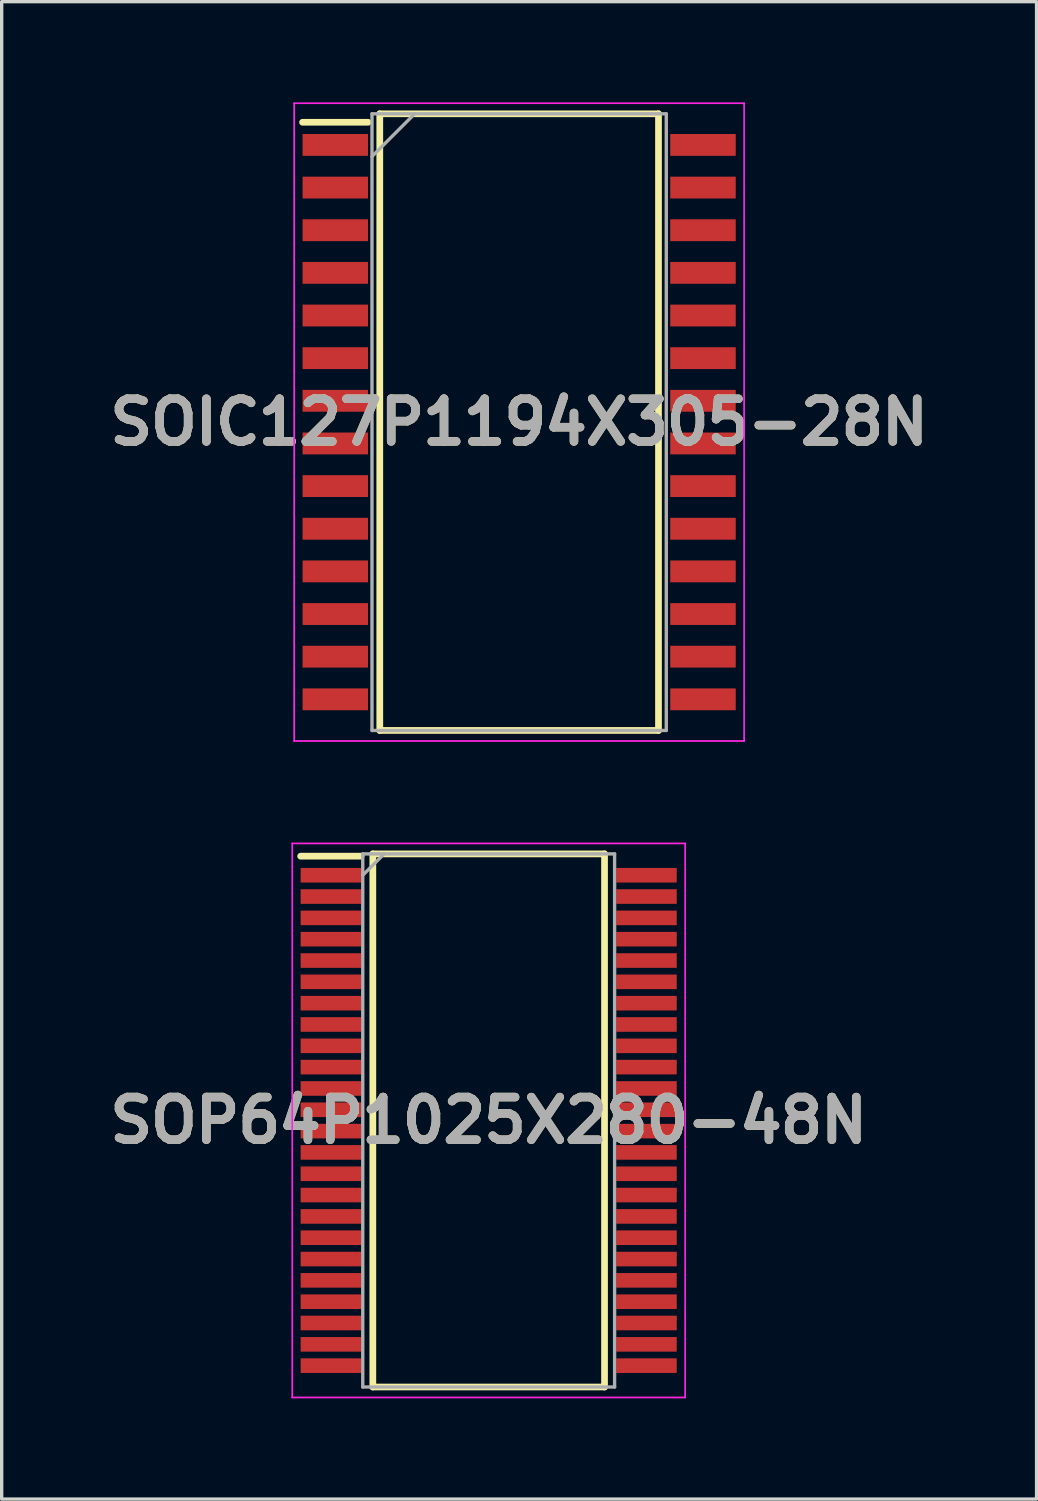
<source format=kicad_pcb>
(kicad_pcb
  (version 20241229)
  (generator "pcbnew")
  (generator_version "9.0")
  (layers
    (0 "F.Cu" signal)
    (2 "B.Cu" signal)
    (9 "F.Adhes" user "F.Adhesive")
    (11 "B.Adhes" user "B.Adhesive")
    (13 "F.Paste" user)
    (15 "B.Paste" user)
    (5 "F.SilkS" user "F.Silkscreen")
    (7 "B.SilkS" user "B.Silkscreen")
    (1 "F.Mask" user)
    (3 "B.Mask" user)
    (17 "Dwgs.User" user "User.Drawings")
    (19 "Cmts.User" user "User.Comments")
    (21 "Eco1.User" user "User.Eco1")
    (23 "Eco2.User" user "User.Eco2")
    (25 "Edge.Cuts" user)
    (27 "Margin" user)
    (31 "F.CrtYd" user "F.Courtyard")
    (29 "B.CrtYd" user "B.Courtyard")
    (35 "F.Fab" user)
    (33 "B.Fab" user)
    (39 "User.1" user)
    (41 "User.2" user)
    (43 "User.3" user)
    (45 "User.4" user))
  (footprint "SOIC127P1194X305-28N"
    (layer "F.Cu")
    (at 12.41 9.521)
    (property "Reference" "SOIC127P1194X305-28N" (at 0 0 0) (layer "F.SilkS") (effects (font (size 1.27 1.27) (thickness 0.254))))
    (attr smd)
    (fp_line (start -6.45 -8.93) (end -4.5 -8.93) (stroke (width 0.2) (type solid)) (layer "F.SilkS"))
    (fp_line (start -4.15 -9.182) (end 4.15 -9.182) (stroke (width 0.2) (type solid)) (layer "F.SilkS"))
    (fp_line (start -4.15 9.182) (end -4.15 -9.182) (stroke (width 0.2) (type solid)) (layer "F.SilkS"))
    (fp_line (start 4.15 -9.182) (end 4.15 9.182) (stroke (width 0.2) (type solid)) (layer "F.SilkS"))
    (fp_line (start 4.15 9.182) (end -4.15 9.182) (stroke (width 0.2) (type solid)) (layer "F.SilkS"))
    (fp_line (start -6.7 -9.496) (end 6.7 -9.496) (stroke (width 0.05) (type solid)) (layer "F.CrtYd"))
    (fp_line (start -6.7 9.496) (end -6.7 -9.496) (stroke (width 0.05) (type solid)) (layer "F.CrtYd"))
    (fp_line (start 6.7 -9.496) (end 6.7 9.496) (stroke (width 0.05) (type solid)) (layer "F.CrtYd"))
    (fp_line (start 6.7 9.496) (end -6.7 9.496) (stroke (width 0.05) (type solid)) (layer "F.CrtYd"))
    (fp_line (start -4.382 -9.182) (end 4.382 -9.182) (stroke (width 0.1) (type solid)) (layer "F.Fab"))
    (fp_line (start -4.382 -7.912) (end -3.112 -9.182) (stroke (width 0.1) (type solid)) (layer "F.Fab"))
    (fp_line (start -4.382 9.182) (end -4.382 -9.182) (stroke (width 0.1) (type solid)) (layer "F.Fab"))
    (fp_line (start 4.382 -9.182) (end 4.382 9.182) (stroke (width 0.1) (type solid)) (layer "F.Fab"))
    (fp_line (start 4.382 9.182) (end -4.382 9.182) (stroke (width 0.1) (type solid)) (layer "F.Fab"))
    (fp_text user "${REFERENCE}" (at 0 0 0) (layer "F.Fab") (effects (font (size 1.27 1.27) (thickness 0.254))))
    (pad "1" smd rect (at -5.475 -8.255 90) (size 0.65 1.95) (layers "F.Cu" "F.Mask" "F.Paste"))
    (pad "2" smd rect (at -5.475 -6.985 90) (size 0.65 1.95) (layers "F.Cu" "F.Mask" "F.Paste"))
    (pad "3" smd rect (at -5.475 -5.715 90) (size 0.65 1.95) (layers "F.Cu" "F.Mask" "F.Paste"))
    (pad "4" smd rect (at -5.475 -4.445 90) (size 0.65 1.95) (layers "F.Cu" "F.Mask" "F.Paste"))
    (pad "5" smd rect (at -5.475 -3.175 90) (size 0.65 1.95) (layers "F.Cu" "F.Mask" "F.Paste"))
    (pad "6" smd rect (at -5.475 -1.905 90) (size 0.65 1.95) (layers "F.Cu" "F.Mask" "F.Paste"))
    (pad "7" smd rect (at -5.475 -0.635 90) (size 0.65 1.95) (layers "F.Cu" "F.Mask" "F.Paste"))
    (pad "8" smd rect (at -5.475 0.635 90) (size 0.65 1.95) (layers "F.Cu" "F.Mask" "F.Paste"))
    (pad "9" smd rect (at -5.475 1.905 90) (size 0.65 1.95) (layers "F.Cu" "F.Mask" "F.Paste"))
    (pad "10" smd rect (at -5.475 3.175 90) (size 0.65 1.95) (layers "F.Cu" "F.Mask" "F.Paste"))
    (pad "11" smd rect (at -5.475 4.445 90) (size 0.65 1.95) (layers "F.Cu" "F.Mask" "F.Paste"))
    (pad "12" smd rect (at -5.475 5.715 90) (size 0.65 1.95) (layers "F.Cu" "F.Mask" "F.Paste"))
    (pad "13" smd rect (at -5.475 6.985 90) (size 0.65 1.95) (layers "F.Cu" "F.Mask" "F.Paste"))
    (pad "14" smd rect (at -5.475 8.255 90) (size 0.65 1.95) (layers "F.Cu" "F.Mask" "F.Paste"))
    (pad "15" smd rect (at 5.475 8.255 90) (size 0.65 1.95) (layers "F.Cu" "F.Mask" "F.Paste"))
    (pad "16" smd rect (at 5.475 6.985 90) (size 0.65 1.95) (layers "F.Cu" "F.Mask" "F.Paste"))
    (pad "17" smd rect (at 5.475 5.715 90) (size 0.65 1.95) (layers "F.Cu" "F.Mask" "F.Paste"))
    (pad "18" smd rect (at 5.475 4.445 90) (size 0.65 1.95) (layers "F.Cu" "F.Mask" "F.Paste"))
    (pad "19" smd rect (at 5.475 3.175 90) (size 0.65 1.95) (layers "F.Cu" "F.Mask" "F.Paste"))
    (pad "20" smd rect (at 5.475 1.905 90) (size 0.65 1.95) (layers "F.Cu" "F.Mask" "F.Paste"))
    (pad "21" smd rect (at 5.475 0.635 90) (size 0.65 1.95) (layers "F.Cu" "F.Mask" "F.Paste"))
    (pad "22" smd rect (at 5.475 -0.635 90) (size 0.65 1.95) (layers "F.Cu" "F.Mask" "F.Paste"))
    (pad "23" smd rect (at 5.475 -1.905 90) (size 0.65 1.95) (layers "F.Cu" "F.Mask" "F.Paste"))
    (pad "24" smd rect (at 5.475 -3.175 90) (size 0.65 1.95) (layers "F.Cu" "F.Mask" "F.Paste"))
    (pad "25" smd rect (at 5.475 -4.445 90) (size 0.65 1.95) (layers "F.Cu" "F.Mask" "F.Paste"))
    (pad "26" smd rect (at 5.475 -5.715 90) (size 0.65 1.95) (layers "F.Cu" "F.Mask" "F.Paste"))
    (pad "27" smd rect (at 5.475 -6.985 90) (size 0.65 1.95) (layers "F.Cu" "F.Mask" "F.Paste"))
    (pad "28" smd rect (at 5.475 -8.255 90) (size 0.65 1.95) (layers "F.Cu" "F.Mask" "F.Paste")))
  (footprint "SOP64P1025X280-48N"
    (layer "F.Cu")
    (at 11.503 30.317)
    (property "Reference" "SOP64P1025X280-48N" (at 0 0 0) (layer "F.SilkS") (effects (font (size 1.27 1.27) (thickness 0.254))))
    (attr smd)
    (fp_line (start -5.6 -7.87) (end -3.8 -7.87) (stroke (width 0.2) (type solid)) (layer "F.SilkS"))
    (fp_line (start -3.45 -7.938) (end 3.45 -7.938) (stroke (width 0.2) (type solid)) (layer "F.SilkS"))
    (fp_line (start -3.45 7.938) (end -3.45 -7.938) (stroke (width 0.2) (type solid)) (layer "F.SilkS"))
    (fp_line (start 3.45 -7.938) (end 3.45 7.938) (stroke (width 0.2) (type solid)) (layer "F.SilkS"))
    (fp_line (start 3.45 7.938) (end -3.45 7.938) (stroke (width 0.2) (type solid)) (layer "F.SilkS"))
    (fp_line (start -5.85 -8.25) (end 5.85 -8.25) (stroke (width 0.05) (type solid)) (layer "F.CrtYd"))
    (fp_line (start -5.85 8.25) (end -5.85 -8.25) (stroke (width 0.05) (type solid)) (layer "F.CrtYd"))
    (fp_line (start 5.85 -8.25) (end 5.85 8.25) (stroke (width 0.05) (type solid)) (layer "F.CrtYd"))
    (fp_line (start 5.85 8.25) (end -5.85 8.25) (stroke (width 0.05) (type solid)) (layer "F.CrtYd"))
    (fp_line (start -3.75 -7.938) (end 3.75 -7.938) (stroke (width 0.1) (type solid)) (layer "F.Fab"))
    (fp_line (start -3.75 -7.302) (end -3.115 -7.938) (stroke (width 0.1) (type solid)) (layer "F.Fab"))
    (fp_line (start -3.75 7.938) (end -3.75 -7.938) (stroke (width 0.1) (type solid)) (layer "F.Fab"))
    (fp_line (start 3.75 -7.938) (end 3.75 7.938) (stroke (width 0.1) (type solid)) (layer "F.Fab"))
    (fp_line (start 3.75 7.938) (end -3.75 7.938) (stroke (width 0.1) (type solid)) (layer "F.Fab"))
    (fp_text user "${REFERENCE}" (at 0 0 0) (layer "F.Fab") (effects (font (size 1.27 1.27) (thickness 0.254))))
    (pad "1" smd rect (at -4.7 -7.302 90) (size 0.435 1.8) (layers "F.Cu" "F.Mask" "F.Paste"))
    (pad "2" smd rect (at -4.7 -6.668 90) (size 0.435 1.8) (layers "F.Cu" "F.Mask" "F.Paste"))
    (pad "3" smd rect (at -4.7 -6.032 90) (size 0.435 1.8) (layers "F.Cu" "F.Mask" "F.Paste"))
    (pad "4" smd rect (at -4.7 -5.398 90) (size 0.435 1.8) (layers "F.Cu" "F.Mask" "F.Paste"))
    (pad "5" smd rect (at -4.7 -4.762 90) (size 0.435 1.8) (layers "F.Cu" "F.Mask" "F.Paste"))
    (pad "6" smd rect (at -4.7 -4.128 90) (size 0.435 1.8) (layers "F.Cu" "F.Mask" "F.Paste"))
    (pad "7" smd rect (at -4.7 -3.492 90) (size 0.435 1.8) (layers "F.Cu" "F.Mask" "F.Paste"))
    (pad "8" smd rect (at -4.7 -2.858 90) (size 0.435 1.8) (layers "F.Cu" "F.Mask" "F.Paste"))
    (pad "9" smd rect (at -4.7 -2.222 90) (size 0.435 1.8) (layers "F.Cu" "F.Mask" "F.Paste"))
    (pad "10" smd rect (at -4.7 -1.588 90) (size 0.435 1.8) (layers "F.Cu" "F.Mask" "F.Paste"))
    (pad "11" smd rect (at -4.7 -0.952 90) (size 0.435 1.8) (layers "F.Cu" "F.Mask" "F.Paste"))
    (pad "12" smd rect (at -4.7 -0.318 90) (size 0.435 1.8) (layers "F.Cu" "F.Mask" "F.Paste"))
    (pad "13" smd rect (at -4.7 0.318 90) (size 0.435 1.8) (layers "F.Cu" "F.Mask" "F.Paste"))
    (pad "14" smd rect (at -4.7 0.952 90) (size 0.435 1.8) (layers "F.Cu" "F.Mask" "F.Paste"))
    (pad "15" smd rect (at -4.7 1.588 90) (size 0.435 1.8) (layers "F.Cu" "F.Mask" "F.Paste"))
    (pad "16" smd rect (at -4.7 2.222 90) (size 0.435 1.8) (layers "F.Cu" "F.Mask" "F.Paste"))
    (pad "17" smd rect (at -4.7 2.858 90) (size 0.435 1.8) (layers "F.Cu" "F.Mask" "F.Paste"))
    (pad "18" smd rect (at -4.7 3.492 90) (size 0.435 1.8) (layers "F.Cu" "F.Mask" "F.Paste"))
    (pad "19" smd rect (at -4.7 4.128 90) (size 0.435 1.8) (layers "F.Cu" "F.Mask" "F.Paste"))
    (pad "20" smd rect (at -4.7 4.762 90) (size 0.435 1.8) (layers "F.Cu" "F.Mask" "F.Paste"))
    (pad "21" smd rect (at -4.7 5.398 90) (size 0.435 1.8) (layers "F.Cu" "F.Mask" "F.Paste"))
    (pad "22" smd rect (at -4.7 6.032 90) (size 0.435 1.8) (layers "F.Cu" "F.Mask" "F.Paste"))
    (pad "23" smd rect (at -4.7 6.668 90) (size 0.435 1.8) (layers "F.Cu" "F.Mask" "F.Paste"))
    (pad "24" smd rect (at -4.7 7.302 90) (size 0.435 1.8) (layers "F.Cu" "F.Mask" "F.Paste"))
    (pad "25" smd rect (at 4.7 7.302 90) (size 0.435 1.8) (layers "F.Cu" "F.Mask" "F.Paste"))
    (pad "26" smd rect (at 4.7 6.668 90) (size 0.435 1.8) (layers "F.Cu" "F.Mask" "F.Paste"))
    (pad "27" smd rect (at 4.7 6.032 90) (size 0.435 1.8) (layers "F.Cu" "F.Mask" "F.Paste"))
    (pad "28" smd rect (at 4.7 5.398 90) (size 0.435 1.8) (layers "F.Cu" "F.Mask" "F.Paste"))
    (pad "29" smd rect (at 4.7 4.762 90) (size 0.435 1.8) (layers "F.Cu" "F.Mask" "F.Paste"))
    (pad "30" smd rect (at 4.7 4.128 90) (size 0.435 1.8) (layers "F.Cu" "F.Mask" "F.Paste"))
    (pad "31" smd rect (at 4.7 3.492 90) (size 0.435 1.8) (layers "F.Cu" "F.Mask" "F.Paste"))
    (pad "32" smd rect (at 4.7 2.858 90) (size 0.435 1.8) (layers "F.Cu" "F.Mask" "F.Paste"))
    (pad "33" smd rect (at 4.7 2.222 90) (size 0.435 1.8) (layers "F.Cu" "F.Mask" "F.Paste"))
    (pad "34" smd rect (at 4.7 1.588 90) (size 0.435 1.8) (layers "F.Cu" "F.Mask" "F.Paste"))
    (pad "35" smd rect (at 4.7 0.952 90) (size 0.435 1.8) (layers "F.Cu" "F.Mask" "F.Paste"))
    (pad "36" smd rect (at 4.7 0.318 90) (size 0.435 1.8) (layers "F.Cu" "F.Mask" "F.Paste"))
    (pad "37" smd rect (at 4.7 -0.318 90) (size 0.435 1.8) (layers "F.Cu" "F.Mask" "F.Paste"))
    (pad "38" smd rect (at 4.7 -0.952 90) (size 0.435 1.8) (layers "F.Cu" "F.Mask" "F.Paste"))
    (pad "39" smd rect (at 4.7 -1.588 90) (size 0.435 1.8) (layers "F.Cu" "F.Mask" "F.Paste"))
    (pad "40" smd rect (at 4.7 -2.222 90) (size 0.435 1.8) (layers "F.Cu" "F.Mask" "F.Paste"))
    (pad "41" smd rect (at 4.7 -2.858 90) (size 0.435 1.8) (layers "F.Cu" "F.Mask" "F.Paste"))
    (pad "42" smd rect (at 4.7 -3.492 90) (size 0.435 1.8) (layers "F.Cu" "F.Mask" "F.Paste"))
    (pad "43" smd rect (at 4.7 -4.128 90) (size 0.435 1.8) (layers "F.Cu" "F.Mask" "F.Paste"))
    (pad "44" smd rect (at 4.7 -4.762 90) (size 0.435 1.8) (layers "F.Cu" "F.Mask" "F.Paste"))
    (pad "45" smd rect (at 4.7 -5.398 90) (size 0.435 1.8) (layers "F.Cu" "F.Mask" "F.Paste"))
    (pad "46" smd rect (at 4.7 -6.032 90) (size 0.435 1.8) (layers "F.Cu" "F.Mask" "F.Paste"))
    (pad "47" smd rect (at 4.7 -6.668 90) (size 0.435 1.8) (layers "F.Cu" "F.Mask" "F.Paste"))
    (pad "48" smd rect (at 4.7 -7.302 90) (size 0.435 1.8) (layers "F.Cu" "F.Mask" "F.Paste")))
  (gr_rect
    (start -3 -3)
    (end 27.819 41.592)
    (stroke (width 0.1) (type default))
    (fill no)
    (layer "Edge.Cuts")))
</source>
